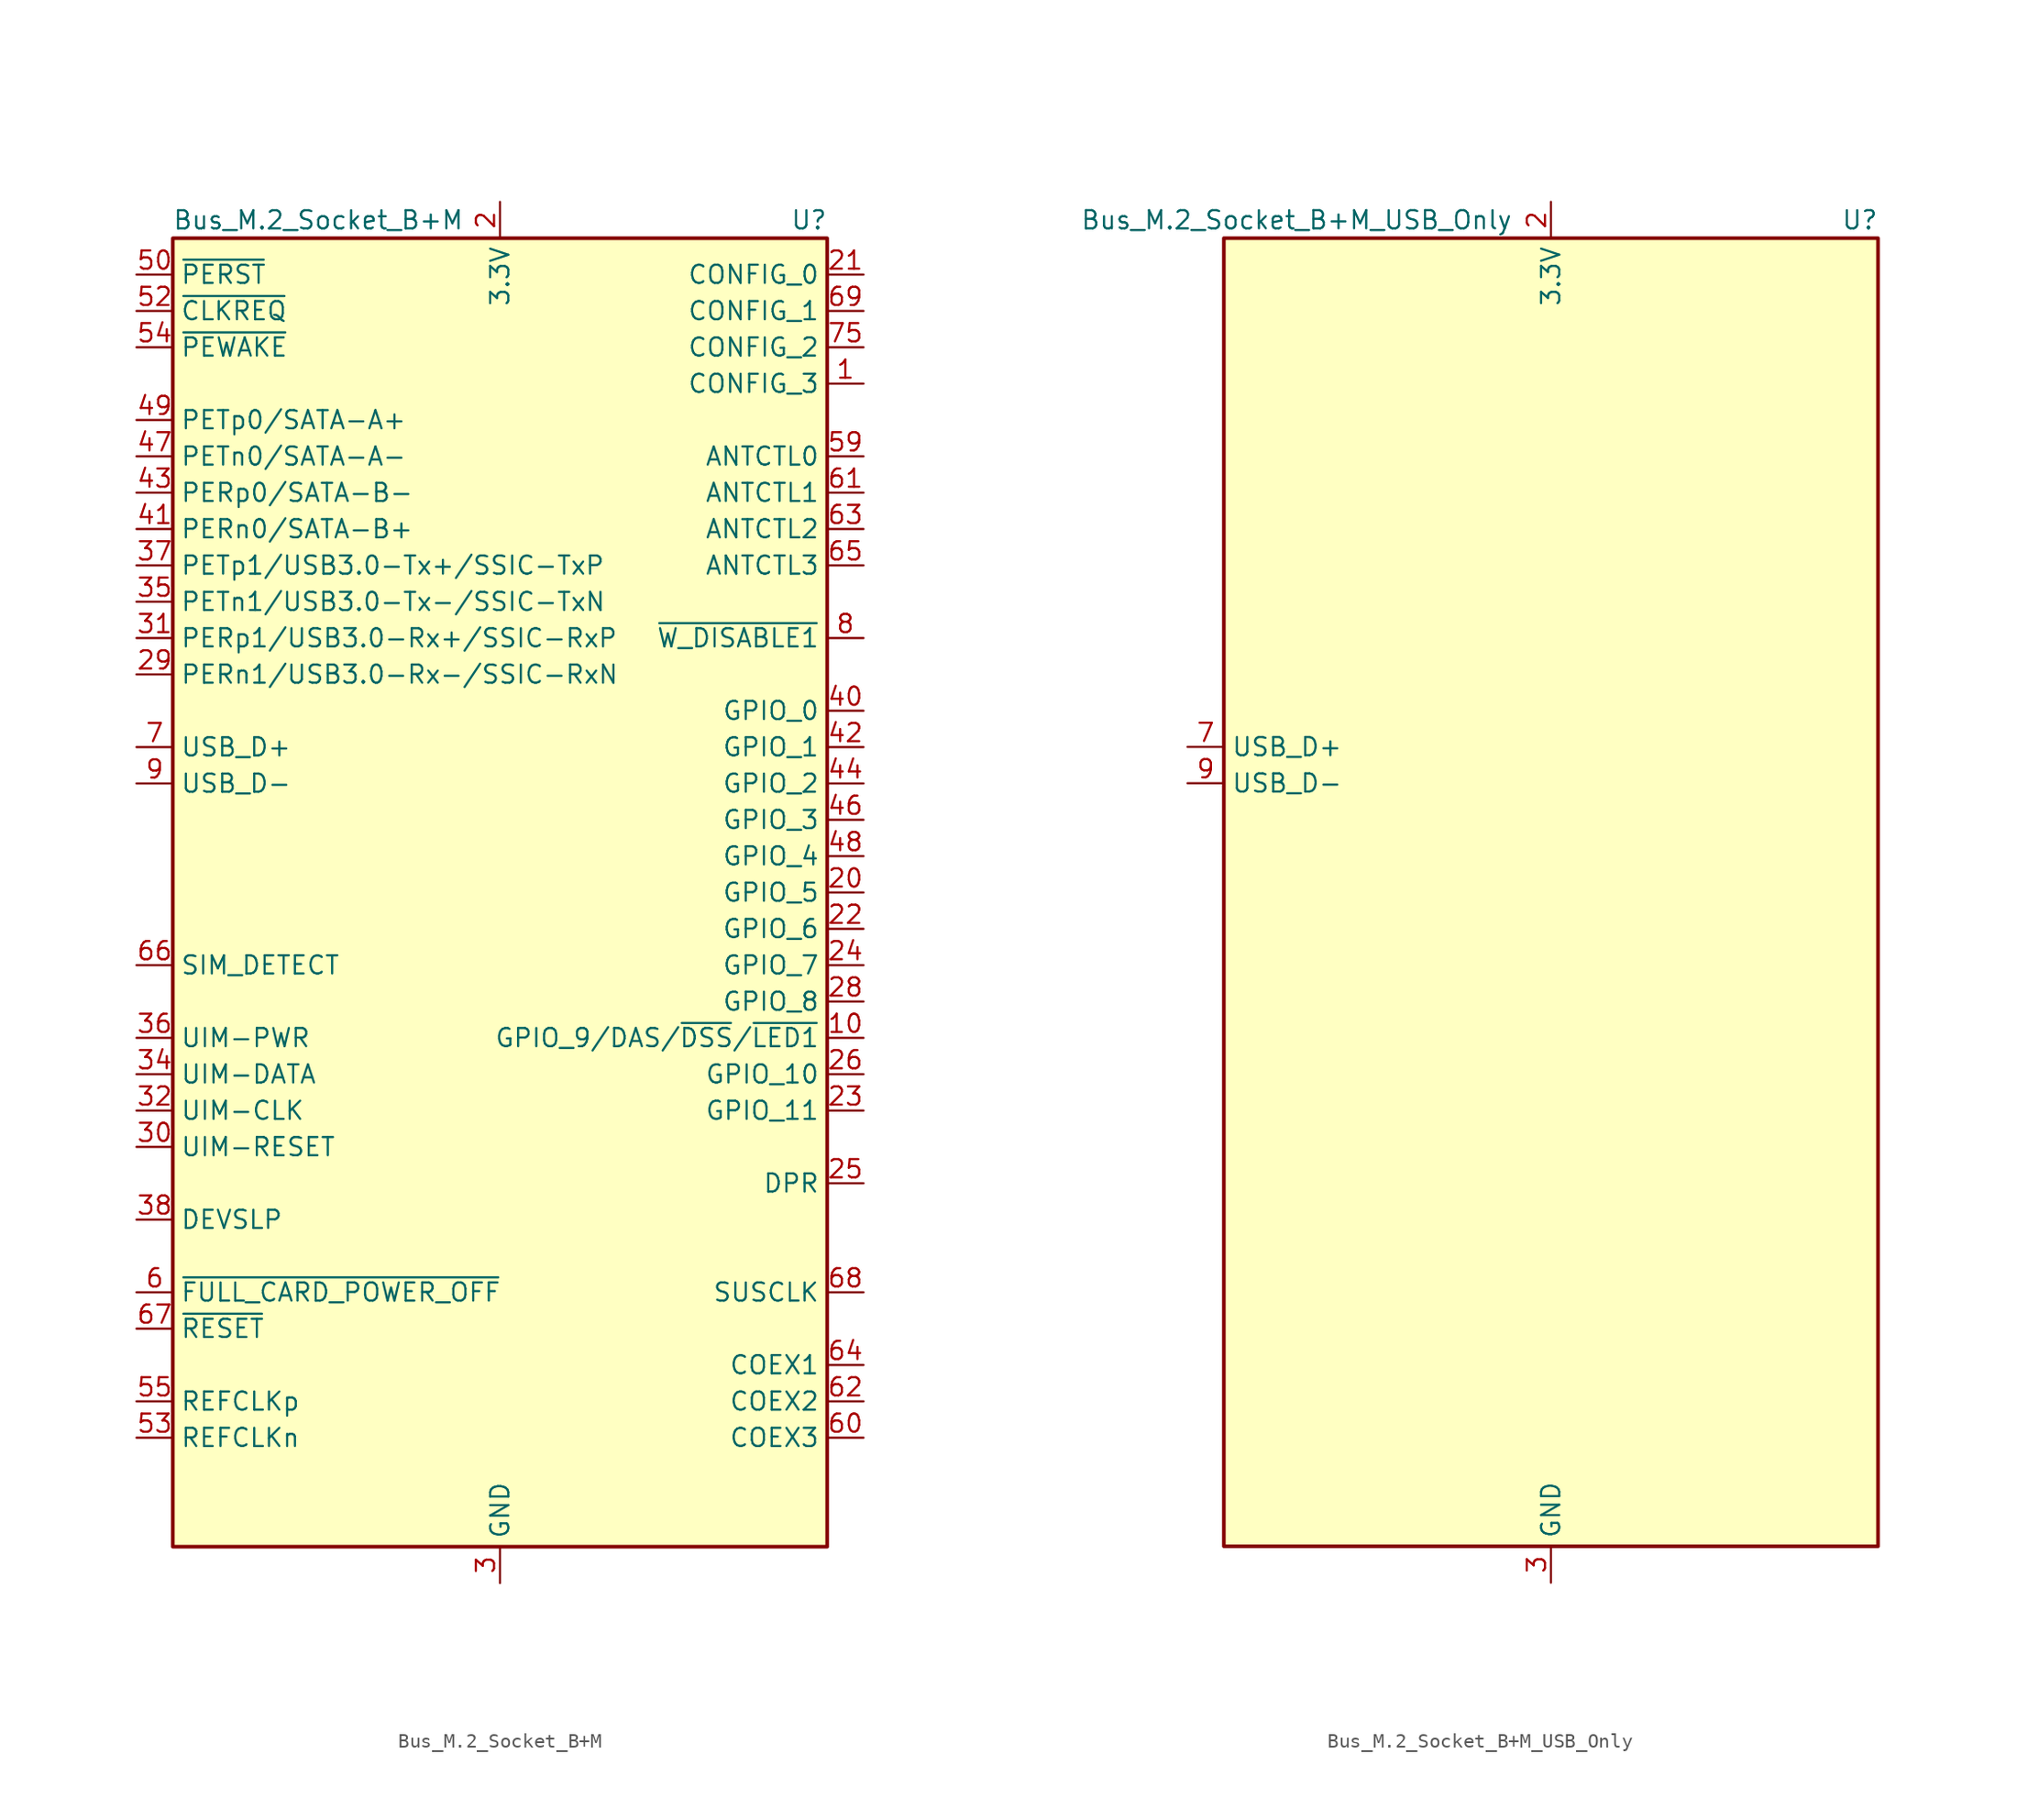
<source format=kicad_sym>
(kicad_symbol_lib
  (version 20231120)
  (generator "kicad_symbol_editor")
  (generator_version "8.0")
  (symbol "Bus_M.2_Socket_B+M"
    (property "Reference" "U"
      (at 21.59 46.99 0)
      (effects (font (size 1.27 1.27))))
    (property "Value" "Bus_M.2_Socket_B+M"
      (at -12.7 46.99 0)
      (effects (font (size 1.27 1.27))))
    (symbol "Bus_M.2_Socket_B+M_0_1"
      (rectangle (start -22.86 45.72) (end 22.86 -45.72) (stroke (width 0.254) (type default)) (fill (type background))))
    (symbol "Bus_M.2_Socket_B+M_1_1"
      (pin input line (at 25.4 35.56 180) (length 2.54) (name "CONFIG_3" (effects (font (size 1.27 1.27)))) (number "1" (effects (font (size 1.27 1.27)))))
      (pin bidirectional line (at 25.4 -10.16 180) (length 2.54) (name "GPIO_9/DAS/~{DSS}/~{LED1}" (effects (font (size 1.27 1.27)))) (number "10" (effects (font (size 1.27 1.27)))))
      (pin passive line (at 0 -48.26 90) (length 2.54) hide (name "GND" (effects (font (size 1.27 1.27)))) (number "11" (effects (font (size 1.27 1.27)))))
      (pin power_in line (at 0 48.26 270) (length 2.54) (name "3.3V" (effects (font (size 1.27 1.27)))) (number "2" (effects (font (size 1.27 1.27)))))
      (pin bidirectional line (at 25.4 0 180) (length 2.54) (name "GPIO_5" (effects (font (size 1.27 1.27)))) (number "20" (effects (font (size 1.27 1.27)))))
      (pin input line (at 25.4 43.18 180) (length 2.54) (name "CONFIG_0" (effects (font (size 1.27 1.27)))) (number "21" (effects (font (size 1.27 1.27)))))
      (pin bidirectional line (at 25.4 -2.54 180) (length 2.54) (name "GPIO_6" (effects (font (size 1.27 1.27)))) (number "22" (effects (font (size 1.27 1.27)))))
      (pin bidirectional line (at 25.4 -15.24 180) (length 2.54) (name "GPIO_11" (effects (font (size 1.27 1.27)))) (number "23" (effects (font (size 1.27 1.27)))))
      (pin bidirectional line (at 25.4 -5.08 180) (length 2.54) (name "GPIO_7" (effects (font (size 1.27 1.27)))) (number "24" (effects (font (size 1.27 1.27)))))
      (pin output line (at 25.4 -20.32 180) (length 2.54) (name "DPR" (effects (font (size 1.27 1.27)))) (number "25" (effects (font (size 1.27 1.27)))))
      (pin bidirectional line (at 25.4 -12.7 180) (length 2.54) (name "GPIO_10" (effects (font (size 1.27 1.27)))) (number "26" (effects (font (size 1.27 1.27)))))
      (pin passive line (at 0 -48.26 90) (length 2.54) hide (name "GND" (effects (font (size 1.27 1.27)))) (number "27" (effects (font (size 1.27 1.27)))))
      (pin bidirectional line (at 25.4 -7.62 180) (length 2.54) (name "GPIO_8" (effects (font (size 1.27 1.27)))) (number "28" (effects (font (size 1.27 1.27)))))
      (pin input line (at -25.4 15.24 0) (length 2.54) (name "PERn1/USB3.0-Rx-/SSIC-RxN" (effects (font (size 1.27 1.27)))) (number "29" (effects (font (size 1.27 1.27)))))
      (pin power_in line (at 0 -48.26 90) (length 2.54) (name "GND" (effects (font (size 1.27 1.27)))) (number "3" (effects (font (size 1.27 1.27)))))
      (pin input line (at -25.4 -17.78 0) (length 2.54) (name "UIM-RESET" (effects (font (size 1.27 1.27)))) (number "30" (effects (font (size 1.27 1.27)))))
      (pin input line (at -25.4 17.78 0) (length 2.54) (name "PERp1/USB3.0-Rx+/SSIC-RxP" (effects (font (size 1.27 1.27)))) (number "31" (effects (font (size 1.27 1.27)))))
      (pin input line (at -25.4 -15.24 0) (length 2.54) (name "UIM-CLK" (effects (font (size 1.27 1.27)))) (number "32" (effects (font (size 1.27 1.27)))))
      (pin passive line (at 0 -48.26 90) (length 2.54) hide (name "GND" (effects (font (size 1.27 1.27)))) (number "33" (effects (font (size 1.27 1.27)))))
      (pin bidirectional line (at -25.4 -12.7 0) (length 2.54) (name "UIM-DATA" (effects (font (size 1.27 1.27)))) (number "34" (effects (font (size 1.27 1.27)))))
      (pin output line (at -25.4 20.32 0) (length 2.54) (name "PETn1/USB3.0-Tx-/SSIC-TxN" (effects (font (size 1.27 1.27)))) (number "35" (effects (font (size 1.27 1.27)))))
      (pin input line (at -25.4 -10.16 0) (length 2.54) (name "UIM-PWR" (effects (font (size 1.27 1.27)))) (number "36" (effects (font (size 1.27 1.27)))))
      (pin output line (at -25.4 22.86 0) (length 2.54) (name "PETp1/USB3.0-Tx+/SSIC-TxP" (effects (font (size 1.27 1.27)))) (number "37" (effects (font (size 1.27 1.27)))))
      (pin output line (at -25.4 -22.86 0) (length 2.54) (name "DEVSLP" (effects (font (size 1.27 1.27)))) (number "38" (effects (font (size 1.27 1.27)))))
      (pin passive line (at 0 -48.26 90) (length 2.54) hide (name "GND" (effects (font (size 1.27 1.27)))) (number "39" (effects (font (size 1.27 1.27)))))
      (pin passive line (at 0 48.26 270) (length 2.54) hide (name "3.3V" (effects (font (size 1.27 1.27)))) (number "4" (effects (font (size 1.27 1.27)))))
      (pin bidirectional line (at 25.4 12.7 180) (length 2.54) (name "GPIO_0" (effects (font (size 1.27 1.27)))) (number "40" (effects (font (size 1.27 1.27)))))
      (pin input line (at -25.4 25.4 0) (length 2.54) (name "PERn0/SATA-B+" (effects (font (size 1.27 1.27)))) (number "41" (effects (font (size 1.27 1.27)))))
      (pin bidirectional line (at 25.4 10.16 180) (length 2.54) (name "GPIO_1" (effects (font (size 1.27 1.27)))) (number "42" (effects (font (size 1.27 1.27)))))
      (pin input line (at -25.4 27.94 0) (length 2.54) (name "PERp0/SATA-B-" (effects (font (size 1.27 1.27)))) (number "43" (effects (font (size 1.27 1.27)))))
      (pin bidirectional line (at 25.4 7.62 180) (length 2.54) (name "GPIO_2" (effects (font (size 1.27 1.27)))) (number "44" (effects (font (size 1.27 1.27)))))
      (pin passive line (at 0 -48.26 90) (length 2.54) hide (name "GND" (effects (font (size 1.27 1.27)))) (number "45" (effects (font (size 1.27 1.27)))))
      (pin bidirectional line (at 25.4 5.08 180) (length 2.54) (name "GPIO_3" (effects (font (size 1.27 1.27)))) (number "46" (effects (font (size 1.27 1.27)))))
      (pin output line (at -25.4 30.48 0) (length 2.54) (name "PETn0/SATA-A-" (effects (font (size 1.27 1.27)))) (number "47" (effects (font (size 1.27 1.27)))))
      (pin bidirectional line (at 25.4 2.54 180) (length 2.54) (name "GPIO_4" (effects (font (size 1.27 1.27)))) (number "48" (effects (font (size 1.27 1.27)))))
      (pin output line (at -25.4 33.02 0) (length 2.54) (name "PETp0/SATA-A+" (effects (font (size 1.27 1.27)))) (number "49" (effects (font (size 1.27 1.27)))))
      (pin passive line (at 0 -48.26 90) (length 2.54) hide (name "GND" (effects (font (size 1.27 1.27)))) (number "5" (effects (font (size 1.27 1.27)))))
      (pin output line (at -25.4 43.18 0) (length 2.54) (name "~{PERST}" (effects (font (size 1.27 1.27)))) (number "50" (effects (font (size 1.27 1.27)))))
      (pin passive line (at 0 -48.26 90) (length 2.54) hide (name "GND" (effects (font (size 1.27 1.27)))) (number "51" (effects (font (size 1.27 1.27)))))
      (pin bidirectional line (at -25.4 40.64 0) (length 2.54) (name "~{CLKREQ}" (effects (font (size 1.27 1.27)))) (number "52" (effects (font (size 1.27 1.27)))))
      (pin output line (at -25.4 -38.1 0) (length 2.54) (name "REFCLKn" (effects (font (size 1.27 1.27)))) (number "53" (effects (font (size 1.27 1.27)))))
      (pin bidirectional line (at -25.4 38.1 0) (length 2.54) (name "~{PEWAKE}" (effects (font (size 1.27 1.27)))) (number "54" (effects (font (size 1.27 1.27)))))
      (pin output line (at -25.4 -35.56 0) (length 2.54) (name "REFCLKp" (effects (font (size 1.27 1.27)))) (number "55" (effects (font (size 1.27 1.27)))))
      (pin no_connect line (at 22.86 -43.18 180) (length 2.54) hide (name "NC" (effects (font (size 1.27 1.27)))) (number "56" (effects (font (size 1.27 1.27)))))
      (pin passive line (at 0 -48.26 90) (length 2.54) hide (name "GND" (effects (font (size 1.27 1.27)))) (number "57" (effects (font (size 1.27 1.27)))))
      (pin no_connect line (at 22.86 -40.64 180) (length 2.54) hide (name "NC" (effects (font (size 1.27 1.27)))) (number "58" (effects (font (size 1.27 1.27)))))
      (pin input line (at 25.4 30.48 180) (length 2.54) (name "ANTCTL0" (effects (font (size 1.27 1.27)))) (number "59" (effects (font (size 1.27 1.27)))))
      (pin output line (at -25.4 -27.94 0) (length 2.54) (name "~{FULL_CARD_POWER_OFF}" (effects (font (size 1.27 1.27)))) (number "6" (effects (font (size 1.27 1.27)))))
      (pin bidirectional line (at 25.4 -38.1 180) (length 2.54) (name "COEX3" (effects (font (size 1.27 1.27)))) (number "60" (effects (font (size 1.27 1.27)))))
      (pin input line (at 25.4 27.94 180) (length 2.54) (name "ANTCTL1" (effects (font (size 1.27 1.27)))) (number "61" (effects (font (size 1.27 1.27)))))
      (pin bidirectional line (at 25.4 -35.56 180) (length 2.54) (name "COEX2" (effects (font (size 1.27 1.27)))) (number "62" (effects (font (size 1.27 1.27)))))
      (pin input line (at 25.4 25.4 180) (length 2.54) (name "ANTCTL2" (effects (font (size 1.27 1.27)))) (number "63" (effects (font (size 1.27 1.27)))))
      (pin bidirectional line (at 25.4 -33.02 180) (length 2.54) (name "COEX1" (effects (font (size 1.27 1.27)))) (number "64" (effects (font (size 1.27 1.27)))))
      (pin input line (at 25.4 22.86 180) (length 2.54) (name "ANTCTL3" (effects (font (size 1.27 1.27)))) (number "65" (effects (font (size 1.27 1.27)))))
      (pin output line (at -25.4 -5.08 0) (length 2.54) (name "SIM_DETECT" (effects (font (size 1.27 1.27)))) (number "66" (effects (font (size 1.27 1.27)))))
      (pin output line (at -25.4 -30.48 0) (length 2.54) (name "~{RESET}" (effects (font (size 1.27 1.27)))) (number "67" (effects (font (size 1.27 1.27)))))
      (pin output line (at 25.4 -27.94 180) (length 2.54) (name "SUSCLK" (effects (font (size 1.27 1.27)))) (number "68" (effects (font (size 1.27 1.27)))))
      (pin input line (at 25.4 40.64 180) (length 2.54) (name "CONFIG_1" (effects (font (size 1.27 1.27)))) (number "69" (effects (font (size 1.27 1.27)))))
      (pin bidirectional line (at -25.4 10.16 0) (length 2.54) (name "USB_D+" (effects (font (size 1.27 1.27)))) (number "7" (effects (font (size 1.27 1.27)))))
      (pin passive line (at 0 48.26 270) (length 2.54) hide (name "3.3V" (effects (font (size 1.27 1.27)))) (number "70" (effects (font (size 1.27 1.27)))))
      (pin passive line (at 0 -48.26 90) (length 2.54) hide (name "GND" (effects (font (size 1.27 1.27)))) (number "71" (effects (font (size 1.27 1.27)))))
      (pin passive line (at 0 48.26 270) (length 2.54) hide (name "3.3V" (effects (font (size 1.27 1.27)))) (number "72" (effects (font (size 1.27 1.27)))))
      (pin passive line (at 0 -48.26 90) (length 2.54) hide (name "GND" (effects (font (size 1.27 1.27)))) (number "73" (effects (font (size 1.27 1.27)))))
      (pin passive line (at 0 48.26 270) (length 2.54) hide (name "3.3V" (effects (font (size 1.27 1.27)))) (number "74" (effects (font (size 1.27 1.27)))))
      (pin input line (at 25.4 38.1 180) (length 2.54) (name "CONFIG_2" (effects (font (size 1.27 1.27)))) (number "75" (effects (font (size 1.27 1.27)))))
      (pin output line (at 25.4 17.78 180) (length 2.54) (name "~{W_DISABLE1}" (effects (font (size 1.27 1.27)))) (number "8" (effects (font (size 1.27 1.27)))))
      (pin bidirectional line (at -25.4 7.62 0) (length 2.54) (name "USB_D-" (effects (font (size 1.27 1.27)))) (number "9" (effects (font (size 1.27 1.27)))))))
  (symbol "Bus_M.2_Socket_B+M_USB_Only"
    (property "Reference" "U"
      (at 21.59 46.99 0)
      (effects (font (size 1.27 1.27))))
    (property "Value" "Bus_M.2_Socket_B+M_USB_Only"
      (at -17.78 46.99 0)
      (effects (font (size 1.27 1.27))))
    (symbol "Bus_M.2_Socket_B+M_USB_Only_0_1"
      (rectangle (start -22.86 45.72) (end 22.86 -45.72) (stroke (width 0.254) (type default)) (fill (type background))))
    (symbol "Bus_M.2_Socket_B+M_USB_Only_1_1"
      (pin passive line (at 0 -48.26 90) (length 2.54) hide (name "GND" (effects (font (size 1.27 1.27)))) (number "11" (effects (font (size 1.27 1.27)))))
      (pin power_in line (at 0 48.26 270) (length 2.54) (name "3.3V" (effects (font (size 1.27 1.27)))) (number "2" (effects (font (size 1.27 1.27)))))
      (pin passive line (at 0 -48.26 90) (length 2.54) hide (name "GND" (effects (font (size 1.27 1.27)))) (number "27" (effects (font (size 1.27 1.27)))))
      (pin power_in line (at 0 -48.26 90) (length 2.54) (name "GND" (effects (font (size 1.27 1.27)))) (number "3" (effects (font (size 1.27 1.27)))))
      (pin passive line (at 0 -48.26 90) (length 2.54) hide (name "GND" (effects (font (size 1.27 1.27)))) (number "33" (effects (font (size 1.27 1.27)))))
      (pin passive line (at 0 -48.26 90) (length 2.54) hide (name "GND" (effects (font (size 1.27 1.27)))) (number "39" (effects (font (size 1.27 1.27)))))
      (pin passive line (at 0 48.26 270) (length 2.54) hide (name "3.3V" (effects (font (size 1.27 1.27)))) (number "4" (effects (font (size 1.27 1.27)))))
      (pin passive line (at 0 -48.26 90) (length 2.54) hide (name "GND" (effects (font (size 1.27 1.27)))) (number "45" (effects (font (size 1.27 1.27)))))
      (pin passive line (at 0 -48.26 90) (length 2.54) hide (name "GND" (effects (font (size 1.27 1.27)))) (number "5" (effects (font (size 1.27 1.27)))))
      (pin passive line (at 0 -48.26 90) (length 2.54) hide (name "GND" (effects (font (size 1.27 1.27)))) (number "51" (effects (font (size 1.27 1.27)))))
      (pin passive line (at 0 -48.26 90) (length 2.54) hide (name "GND" (effects (font (size 1.27 1.27)))) (number "57" (effects (font (size 1.27 1.27)))))
      (pin bidirectional line (at -25.4 10.16 0) (length 2.54) (name "USB_D+" (effects (font (size 1.27 1.27)))) (number "7" (effects (font (size 1.27 1.27)))))
      (pin passive line (at 0 48.26 270) (length 2.54) hide (name "3.3V" (effects (font (size 1.27 1.27)))) (number "70" (effects (font (size 1.27 1.27)))))
      (pin passive line (at 0 -48.26 90) (length 2.54) hide (name "GND" (effects (font (size 1.27 1.27)))) (number "71" (effects (font (size 1.27 1.27)))))
      (pin passive line (at 0 48.26 270) (length 2.54) hide (name "3.3V" (effects (font (size 1.27 1.27)))) (number "72" (effects (font (size 1.27 1.27)))))
      (pin passive line (at 0 -48.26 90) (length 2.54) hide (name "GND" (effects (font (size 1.27 1.27)))) (number "73" (effects (font (size 1.27 1.27)))))
      (pin passive line (at 0 48.26 270) (length 2.54) hide (name "3.3V" (effects (font (size 1.27 1.27)))) (number "74" (effects (font (size 1.27 1.27)))))
      (pin bidirectional line (at -25.4 7.62 0) (length 2.54) (name "USB_D-" (effects (font (size 1.27 1.27)))) (number "9" (effects (font (size 1.27 1.27))))))))
</source>
